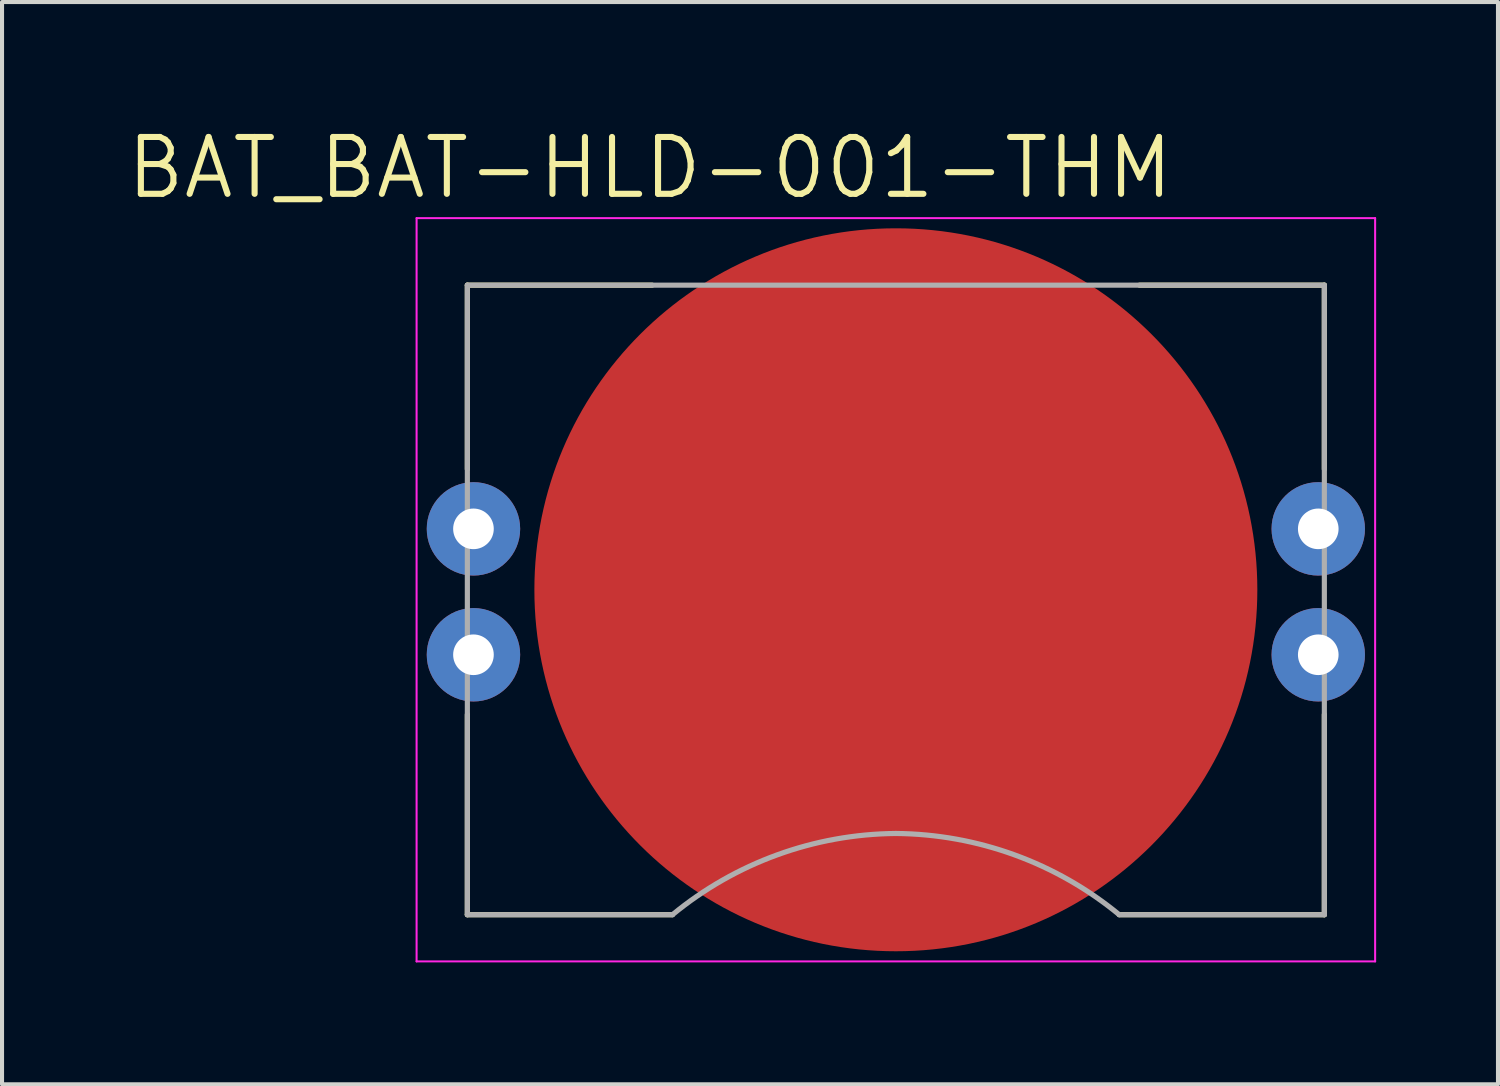
<source format=kicad_pcb>
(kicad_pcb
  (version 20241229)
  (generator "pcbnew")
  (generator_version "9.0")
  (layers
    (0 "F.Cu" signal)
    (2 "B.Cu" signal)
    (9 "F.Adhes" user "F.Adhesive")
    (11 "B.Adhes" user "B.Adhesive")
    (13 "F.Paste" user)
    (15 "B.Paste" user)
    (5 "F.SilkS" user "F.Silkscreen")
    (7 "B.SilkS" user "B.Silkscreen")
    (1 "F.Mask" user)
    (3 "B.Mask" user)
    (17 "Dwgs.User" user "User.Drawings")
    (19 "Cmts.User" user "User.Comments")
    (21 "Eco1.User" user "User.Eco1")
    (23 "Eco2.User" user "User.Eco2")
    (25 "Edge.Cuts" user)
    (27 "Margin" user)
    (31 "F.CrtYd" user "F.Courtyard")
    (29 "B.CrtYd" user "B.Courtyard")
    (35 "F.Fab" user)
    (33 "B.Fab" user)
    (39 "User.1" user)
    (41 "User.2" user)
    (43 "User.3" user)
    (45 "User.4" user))
  (footprint "BAT_BAT-HLD-001-THM"
    (layer "F.Cu")
    (at 19.007 11.471)
    (property "Reference" "BAT_BAT-HLD-001-THM" (at -6.055 -10.389 0) (layer "F.SilkS") (effects (font (size 1.4 1.4) (thickness 0.15))))
    (attr through_hole)
    (fp_line (start -10.55 -7.5) (end -6 -7.5) (stroke (width 0.127) (type solid)) (layer "F.SilkS"))
    (fp_line (start -10.55 -2.97) (end -10.55 -7.5) (stroke (width 0.127) (type solid)) (layer "F.SilkS"))
    (fp_line (start -10.55 3.07) (end -10.55 8) (stroke (width 0.127) (type solid)) (layer "F.SilkS"))
    (fp_line (start -10.55 8) (end -5.5 8) (stroke (width 0.127) (type solid)) (layer "F.SilkS"))
    (fp_line (start 5.5 8) (end 10.55 8) (stroke (width 0.127) (type solid)) (layer "F.SilkS"))
    (fp_line (start 6 -7.5) (end 10.55 -7.5) (stroke (width 0.127) (type solid)) (layer "F.SilkS"))
    (fp_line (start 10.55 -7.5) (end 10.55 -2.97) (stroke (width 0.127) (type solid)) (layer "F.SilkS"))
    (fp_line (start 10.55 8) (end 10.55 3.07) (stroke (width 0.127) (type solid)) (layer "F.SilkS"))
    (fp_line (start -11.8 -9.15) (end 11.8 -9.15) (stroke (width 0.05) (type solid)) (layer "F.CrtYd"))
    (fp_line (start -11.8 9.15) (end -11.8 -9.15) (stroke (width 0.05) (type solid)) (layer "F.CrtYd"))
    (fp_line (start 11.8 -9.15) (end 11.8 9.15) (stroke (width 0.05) (type solid)) (layer "F.CrtYd"))
    (fp_line (start 11.8 9.15) (end -11.8 9.15) (stroke (width 0.05) (type solid)) (layer "F.CrtYd"))
    (fp_line (start -10.55 -7.5) (end 10.55 -7.5) (stroke (width 0.127) (type solid)) (layer "F.Fab"))
    (fp_line (start -10.55 8) (end -10.55 -7.5) (stroke (width 0.127) (type solid)) (layer "F.Fab"))
    (fp_line (start -5.5 8) (end -10.55 8) (stroke (width 0.127) (type solid)) (layer "F.Fab"))
    (fp_line (start 10.55 -7.5) (end 10.55 8) (stroke (width 0.127) (type solid)) (layer "F.Fab"))
    (fp_line (start 10.55 8) (end 5.5 8) (stroke (width 0.127) (type solid)) (layer "F.Fab"))
    (fp_arc (start -5.5 8) (mid -2.922027 6.526926) (end 0 6) (stroke (width 0.127) (type solid)) (layer "F.Fab"))
    (fp_arc (start 0 6) (mid 2.922027 6.526926) (end 5.5 8) (stroke (width 0.127) (type solid)) (layer "F.Fab"))
    (pad "N" smd circle (at 0 0) (size 17.8 17.8) (layers "F.Cu" "F.Mask"))
    (pad "P1" thru_hole circle (at -10.4 -1.5) (size 2.3 2.3) (drill 1) (layers "*.Cu" "*.Mask"))
    (pad "P2" thru_hole circle (at -10.4 1.6) (size 2.3 2.3) (drill 1) (layers "*.Cu" "*.Mask"))
    (pad "P3" thru_hole circle (at 10.4 1.6) (size 2.3 2.3) (drill 1) (layers "*.Cu" "*.Mask"))
    (pad "P4" thru_hole circle (at 10.4 -1.5) (size 2.3 2.3) (drill 1) (layers "*.Cu" "*.Mask")))
  (gr_rect
    (start -3 -3)
    (end 33.832 23.646)
    (stroke (width 0.1) (type default))
    (fill no)
    (layer "Edge.Cuts")))
</source>
